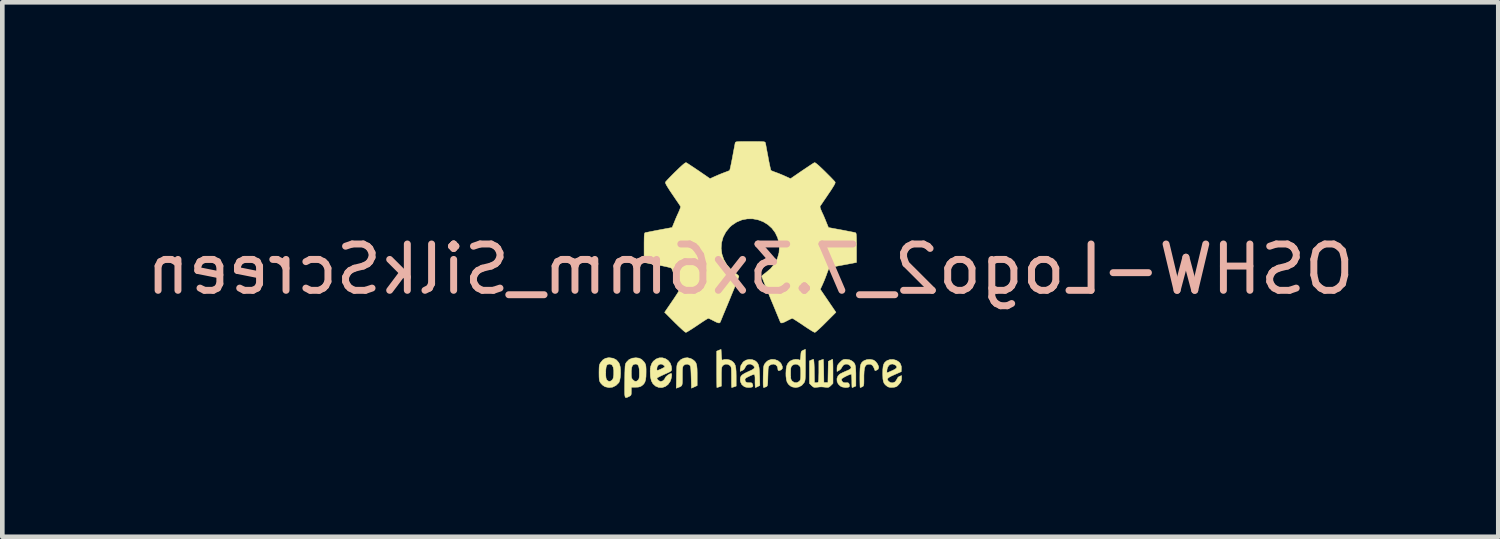
<source format=kicad_pcb>
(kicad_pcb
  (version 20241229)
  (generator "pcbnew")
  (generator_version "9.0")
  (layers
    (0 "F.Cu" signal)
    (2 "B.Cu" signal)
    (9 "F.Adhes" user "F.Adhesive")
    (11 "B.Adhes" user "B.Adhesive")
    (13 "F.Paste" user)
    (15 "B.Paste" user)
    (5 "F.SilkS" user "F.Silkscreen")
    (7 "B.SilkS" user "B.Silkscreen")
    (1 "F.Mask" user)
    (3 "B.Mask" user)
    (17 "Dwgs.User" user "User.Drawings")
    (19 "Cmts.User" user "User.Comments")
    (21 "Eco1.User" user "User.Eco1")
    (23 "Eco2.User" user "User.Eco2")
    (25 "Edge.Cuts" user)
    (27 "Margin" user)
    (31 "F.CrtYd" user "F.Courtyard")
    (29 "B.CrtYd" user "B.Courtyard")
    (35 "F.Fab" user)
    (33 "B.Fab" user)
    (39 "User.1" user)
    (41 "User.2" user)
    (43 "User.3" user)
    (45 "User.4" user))
  (footprint "OSHW-Logo2_7.3x6mm_SilkScreen"
    (layer "F.Cu")
    (at 13.149 2.763)
    (property "Reference" "OSHW-Logo2_7.3x6mm_SilkScreen" (at 0 0 180) (layer "B.SilkS") (effects (font (size 1 1) (thickness 0.15)) (justify mirror)))
    (attr exclude_from_pos_files exclude_from_bom)
    (fp_poly (pts (xy 2.653 1.959) (xy 2.67 1.966) (xy 2.711 1.999) (xy 2.747 2.047) (xy 2.769 2.097) (xy 2.772 2.122) (xy 2.76 2.157) (xy 2.734 2.175) (xy 2.706 2.187) (xy 2.693 2.189) (xy 2.687 2.174) (xy 2.674 2.141) (xy 2.669 2.127) (xy 2.639 2.076) (xy 2.595 2.05) (xy 2.538 2.051) (xy 2.534 2.052) (xy 2.504 2.067) (xy 2.481 2.094) (xy 2.466 2.139) (xy 2.457 2.205) (xy 2.453 2.294) (xy 2.453 2.341) (xy 2.453 2.416) (xy 2.452 2.467) (xy 2.448 2.499) (xy 2.442 2.518) (xy 2.432 2.529) (xy 2.417 2.537) (xy 2.416 2.538) (xy 2.387 2.55) (xy 2.372 2.555) (xy 2.37 2.541) (xy 2.368 2.503) (xy 2.367 2.446) (xy 2.366 2.374) (xy 2.366 2.322) (xy 2.367 2.22) (xy 2.37 2.143) (xy 2.377 2.086) (xy 2.389 2.045) (xy 2.407 2.014) (xy 2.432 1.99) (xy 2.457 1.973) (xy 2.517 1.951) (xy 2.587 1.946) (xy 2.653 1.959)) (stroke (width 0.01) (type solid)) (fill yes) (layer "F.SilkS"))
    (fp_poly (pts (xy -1.284 1.928) (xy -1.237 1.955) (xy -1.205 1.981) (xy -1.181 2.009) (xy -1.165 2.044) (xy -1.155 2.089) (xy -1.149 2.151) (xy -1.147 2.234) (xy -1.147 2.293) (xy -1.147 2.512) (xy -1.208 2.54) (xy -1.27 2.568) (xy -1.277 2.328) (xy -1.28 2.238) (xy -1.283 2.173) (xy -1.287 2.128) (xy -1.293 2.099) (xy -1.3 2.081) (xy -1.31 2.07) (xy -1.313 2.067) (xy -1.36 2.048) (xy -1.408 2.056) (xy -1.437 2.076) (xy -1.449 2.09) (xy -1.457 2.108) (xy -1.462 2.136) (xy -1.465 2.179) (xy -1.466 2.242) (xy -1.466 2.307) (xy -1.466 2.389) (xy -1.467 2.447) (xy -1.472 2.486) (xy -1.482 2.512) (xy -1.499 2.528) (xy -1.525 2.541) (xy -1.56 2.554) (xy -1.598 2.569) (xy -1.594 2.311) (xy -1.592 2.219) (xy -1.59 2.15) (xy -1.587 2.101) (xy -1.582 2.066) (xy -1.575 2.042) (xy -1.566 2.022) (xy -1.554 2.005) (xy -1.499 1.95) (xy -1.431 1.918) (xy -1.357 1.91) (xy -1.284 1.928)) (stroke (width 0.01) (type solid)) (fill yes) (layer "F.SilkS"))
    (fp_poly (pts (xy 0.53 1.95) (xy 0.596 1.974) (xy 0.649 2.017) (xy 0.67 2.047) (xy 0.693 2.103) (xy 0.692 2.143) (xy 0.669 2.17) (xy 0.66 2.175) (xy 0.622 2.189) (xy 0.602 2.185) (xy 0.595 2.161) (xy 0.595 2.148) (xy 0.583 2.099) (xy 0.551 2.065) (xy 0.508 2.048) (xy 0.459 2.053) (xy 0.419 2.074) (xy 0.405 2.087) (xy 0.396 2.101) (xy 0.389 2.124) (xy 0.385 2.159) (xy 0.383 2.212) (xy 0.381 2.288) (xy 0.38 2.312) (xy 0.378 2.394) (xy 0.376 2.451) (xy 0.372 2.49) (xy 0.367 2.513) (xy 0.359 2.526) (xy 0.347 2.535) (xy 0.339 2.538) (xy 0.307 2.55) (xy 0.288 2.555) (xy 0.282 2.541) (xy 0.278 2.5) (xy 0.277 2.431) (xy 0.278 2.334) (xy 0.278 2.319) (xy 0.28 2.23) (xy 0.283 2.165) (xy 0.286 2.119) (xy 0.292 2.087) (xy 0.3 2.064) (xy 0.311 2.044) (xy 0.317 2.035) (xy 0.35 1.998) (xy 0.388 1.969) (xy 0.392 1.966) (xy 0.459 1.946) (xy 0.53 1.95)) (stroke (width 0.01) (type solid)) (fill yes) (layer "F.SilkS"))
    (fp_poly (pts (xy -0.624 1.851) (xy -0.62 1.911) (xy -0.615 1.946) (xy -0.608 1.961) (xy -0.598 1.961) (xy -0.595 1.959) (xy -0.552 1.946) (xy -0.497 1.947) (xy -0.44 1.96) (xy -0.405 1.978) (xy -0.369 2.006) (xy -0.342 2.038) (xy -0.324 2.078) (xy -0.313 2.132) (xy -0.307 2.204) (xy -0.305 2.299) (xy -0.305 2.317) (xy -0.305 2.523) (xy -0.351 2.539) (xy -0.383 2.549) (xy -0.401 2.554) (xy -0.401 2.555) (xy -0.403 2.541) (xy -0.405 2.503) (xy -0.406 2.446) (xy -0.406 2.375) (xy -0.406 2.332) (xy -0.407 2.247) (xy -0.408 2.186) (xy -0.41 2.144) (xy -0.415 2.117) (xy -0.422 2.098) (xy -0.433 2.085) (xy -0.44 2.078) (xy -0.487 2.051) (xy -0.538 2.049) (xy -0.584 2.072) (xy -0.593 2.08) (xy -0.605 2.095) (xy -0.614 2.114) (xy -0.619 2.14) (xy -0.622 2.18) (xy -0.624 2.238) (xy -0.624 2.318) (xy -0.624 2.523) (xy -0.67 2.539) (xy -0.702 2.549) (xy -0.72 2.554) (xy -0.721 2.555) (xy -0.722 2.541) (xy -0.723 2.501) (xy -0.724 2.441) (xy -0.725 2.362) (xy -0.726 2.269) (xy -0.726 2.167) (xy -0.726 1.769) (xy -0.679 1.749) (xy -0.631 1.73) (xy -0.624 1.851)) (stroke (width 0.01) (type solid)) (fill yes) (layer "F.SilkS"))
    (fp_poly (pts (xy 1.78 1.959) (xy 1.782 1.997) (xy 1.784 2.055) (xy 1.785 2.128) (xy 1.785 2.205) (xy 1.785 2.465) (xy 1.739 2.511) (xy 1.708 2.539) (xy 1.68 2.551) (xy 1.642 2.55) (xy 1.627 2.548) (xy 1.58 2.543) (xy 1.541 2.54) (xy 1.531 2.54) (xy 1.499 2.541) (xy 1.453 2.546) (xy 1.436 2.548) (xy 1.392 2.552) (xy 1.363 2.544) (xy 1.334 2.521) (xy 1.323 2.511) (xy 1.277 2.465) (xy 1.277 1.979) (xy 1.314 1.962) (xy 1.346 1.949) (xy 1.365 1.945) (xy 1.369 1.959) (xy 1.374 1.997) (xy 1.378 2.056) (xy 1.381 2.132) (xy 1.382 2.195) (xy 1.386 2.446) (xy 1.421 2.451) (xy 1.452 2.447) (xy 1.468 2.436) (xy 1.472 2.415) (xy 1.476 2.371) (xy 1.478 2.309) (xy 1.48 2.235) (xy 1.48 2.197) (xy 1.48 1.977) (xy 1.526 1.961) (xy 1.559 1.95) (xy 1.576 1.945) (xy 1.577 1.945) (xy 1.578 1.959) (xy 1.58 1.997) (xy 1.582 2.054) (xy 1.584 2.127) (xy 1.585 2.195) (xy 1.589 2.446) (xy 1.676 2.446) (xy 1.68 2.217) (xy 1.684 1.989) (xy 1.727 1.967) (xy 1.758 1.952) (xy 1.777 1.945) (xy 1.777 1.945) (xy 1.78 1.959)) (stroke (width 0.01) (type solid)) (fill yes) (layer "F.SilkS"))
    (fp_poly (pts (xy -2.959 1.922) (xy -2.891 1.958) (xy -2.841 2.015) (xy -2.823 2.052) (xy -2.809 2.108) (xy -2.802 2.178) (xy -2.801 2.255) (xy -2.807 2.33) (xy -2.818 2.394) (xy -2.834 2.441) (xy -2.839 2.449) (xy -2.9 2.509) (xy -2.971 2.545) (xy -3.049 2.555) (xy -3.127 2.539) (xy -3.149 2.529) (xy -3.192 2.499) (xy -3.229 2.459) (xy -3.233 2.454) (xy -3.247 2.43) (xy -3.257 2.404) (xy -3.262 2.37) (xy -3.265 2.321) (xy -3.266 2.251) (xy -3.266 2.235) (xy -3.266 2.23) (xy -3.121 2.23) (xy -3.12 2.296) (xy -3.116 2.34) (xy -3.109 2.369) (xy -3.098 2.388) (xy -3.092 2.395) (xy -3.057 2.42) (xy -3.023 2.419) (xy -2.989 2.397) (xy -2.969 2.374) (xy -2.957 2.34) (xy -2.95 2.288) (xy -2.949 2.281) (xy -2.948 2.186) (xy -2.96 2.114) (xy -2.985 2.068) (xy -3.023 2.048) (xy -3.037 2.047) (xy -3.073 2.052) (xy -3.097 2.072) (xy -3.112 2.109) (xy -3.119 2.168) (xy -3.121 2.23) (xy -3.266 2.23) (xy -3.265 2.16) (xy -3.263 2.108) (xy -3.258 2.072) (xy -3.249 2.045) (xy -3.236 2.022) (xy -3.233 2.017) (xy -3.184 1.958) (xy -3.13 1.924) (xy -3.064 1.91) (xy -3.042 1.91) (xy -2.959 1.922)) (stroke (width 0.01) (type solid)) (fill yes) (layer "F.SilkS"))
    (fp_poly (pts (xy 3.154 1.967) (xy 3.211 2.004) (xy 3.239 2.038) (xy 3.261 2.099) (xy 3.262 2.147) (xy 3.258 2.212) (xy 3.11 2.277) (xy 3.037 2.31) (xy 2.99 2.337) (xy 2.966 2.36) (xy 2.961 2.383) (xy 2.975 2.407) (xy 2.99 2.424) (xy 3.034 2.45) (xy 3.081 2.452) (xy 3.125 2.432) (xy 3.157 2.391) (xy 3.163 2.376) (xy 3.191 2.331) (xy 3.222 2.312) (xy 3.266 2.296) (xy 3.266 2.358) (xy 3.262 2.4) (xy 3.247 2.436) (xy 3.215 2.477) (xy 3.211 2.482) (xy 3.176 2.519) (xy 3.145 2.538) (xy 3.108 2.547) (xy 3.076 2.55) (xy 3.02 2.551) (xy 2.981 2.542) (xy 2.956 2.528) (xy 2.917 2.497) (xy 2.89 2.465) (xy 2.873 2.423) (xy 2.863 2.368) (xy 2.86 2.291) (xy 2.859 2.253) (xy 2.86 2.206) (xy 2.948 2.206) (xy 2.949 2.231) (xy 2.952 2.235) (xy 2.968 2.23) (xy 3.004 2.215) (xy 3.052 2.194) (xy 3.062 2.19) (xy 3.123 2.159) (xy 3.157 2.132) (xy 3.164 2.106) (xy 3.146 2.08) (xy 3.132 2.069) (xy 3.079 2.046) (xy 3.03 2.05) (xy 2.989 2.078) (xy 2.961 2.127) (xy 2.952 2.166) (xy 2.948 2.206) (xy 2.86 2.206) (xy 2.861 2.162) (xy 2.868 2.095) (xy 2.882 2.047) (xy 2.904 2.011) (xy 2.937 1.983) (xy 2.951 1.973) (xy 3.015 1.95) (xy 3.085 1.948) (xy 3.154 1.967)) (stroke (width 0.01) (type solid)) (fill yes) (layer "F.SilkS"))
    (fp_poly (pts (xy 1.19 2.065) (xy 1.19 2.174) (xy 1.189 2.257) (xy 1.188 2.32) (xy 1.185 2.365) (xy 1.181 2.397) (xy 1.175 2.421) (xy 1.167 2.439) (xy 1.161 2.449) (xy 1.112 2.506) (xy 1.049 2.541) (xy 0.98 2.554) (xy 0.911 2.542) (xy 0.869 2.522) (xy 0.826 2.485) (xy 0.796 2.441) (xy 0.779 2.383) (xy 0.77 2.306) (xy 0.769 2.25) (xy 0.769 2.246) (xy 0.871 2.246) (xy 0.871 2.311) (xy 0.874 2.354) (xy 0.881 2.382) (xy 0.893 2.402) (xy 0.906 2.417) (xy 0.953 2.447) (xy 1.004 2.449) (xy 1.051 2.425) (xy 1.055 2.421) (xy 1.071 2.404) (xy 1.081 2.383) (xy 1.086 2.352) (xy 1.088 2.305) (xy 1.089 2.252) (xy 1.088 2.185) (xy 1.085 2.141) (xy 1.078 2.112) (xy 1.066 2.091) (xy 1.057 2.08) (xy 1.013 2.052) (xy 0.962 2.049) (xy 0.914 2.07) (xy 0.904 2.078) (xy 0.889 2.096) (xy 0.879 2.117) (xy 0.873 2.148) (xy 0.871 2.196) (xy 0.871 2.246) (xy 0.769 2.246) (xy 0.773 2.159) (xy 0.785 2.09) (xy 0.807 2.039) (xy 0.842 1.998) (xy 0.869 1.978) (xy 0.919 1.956) (xy 0.976 1.945) (xy 1.03 1.948) (xy 1.06 1.959) (xy 1.071 1.962) (xy 1.079 1.951) (xy 1.084 1.919) (xy 1.089 1.871) (xy 1.093 1.817) (xy 1.099 1.784) (xy 1.111 1.766) (xy 1.131 1.754) (xy 1.143 1.748) (xy 1.19 1.729) (xy 1.19 2.065)) (stroke (width 0.01) (type solid)) (fill yes) (layer "F.SilkS"))
    (fp_poly (pts (xy -1.832 1.931) (xy -1.774 1.97) (xy -1.73 2.025) (xy -1.704 2.096) (xy -1.698 2.148) (xy -1.699 2.17) (xy -1.704 2.187) (xy -1.718 2.201) (xy -1.745 2.218) (xy -1.79 2.239) (xy -1.857 2.269) (xy -1.858 2.27) (xy -1.92 2.298) (xy -1.97 2.323) (xy -2.005 2.342) (xy -2.017 2.353) (xy -2.017 2.353) (xy -2.006 2.376) (xy -1.98 2.402) (xy -1.949 2.42) (xy -1.934 2.424) (xy -1.891 2.411) (xy -1.855 2.379) (xy -1.837 2.345) (xy -1.82 2.319) (xy -1.787 2.29) (xy -1.748 2.264) (xy -1.713 2.25) (xy -1.706 2.25) (xy -1.698 2.262) (xy -1.697 2.294) (xy -1.703 2.337) (xy -1.715 2.383) (xy -1.73 2.423) (xy -1.731 2.424) (xy -1.777 2.489) (xy -1.837 2.533) (xy -1.906 2.555) (xy -1.976 2.552) (xy -2.044 2.524) (xy -2.047 2.522) (xy -2.101 2.473) (xy -2.136 2.41) (xy -2.155 2.327) (xy -2.158 2.304) (xy -2.162 2.194) (xy -2.157 2.143) (xy -2.017 2.143) (xy -2.016 2.175) (xy -2.006 2.184) (xy -1.981 2.177) (xy -1.942 2.161) (xy -1.899 2.14) (xy -1.898 2.139) (xy -1.861 2.12) (xy -1.846 2.107) (xy -1.85 2.093) (xy -1.865 2.076) (xy -1.904 2.05) (xy -1.946 2.048) (xy -1.984 2.067) (xy -2.01 2.103) (xy -2.017 2.143) (xy -2.157 2.143) (xy -2.153 2.106) (xy -2.128 2.036) (xy -2.095 1.987) (xy -2.033 1.938) (xy -1.966 1.913) (xy -1.897 1.912) (xy -1.832 1.931)) (stroke (width 0.01) (type solid)) (fill yes) (layer "F.SilkS"))
    (fp_poly (pts (xy 0.04 1.951) (xy 0.097 1.972) (xy 0.097 1.972) (xy 0.132 1.998) (xy 0.158 2.029) (xy 0.177 2.068) (xy 0.189 2.121) (xy 0.196 2.194) (xy 0.2 2.289) (xy 0.201 2.303) (xy 0.206 2.509) (xy 0.162 2.532) (xy 0.13 2.547) (xy 0.11 2.554) (xy 0.11 2.555) (xy 0.106 2.541) (xy 0.104 2.505) (xy 0.102 2.451) (xy 0.102 2.408) (xy 0.102 2.339) (xy 0.098 2.295) (xy 0.087 2.274) (xy 0.064 2.273) (xy 0.022 2.289) (xy -0.04 2.318) (xy -0.086 2.342) (xy -0.109 2.363) (xy -0.116 2.386) (xy -0.116 2.387) (xy -0.105 2.426) (xy -0.071 2.447) (xy -0.019 2.451) (xy 0.018 2.45) (xy 0.038 2.461) (xy 0.05 2.487) (xy 0.057 2.519) (xy 0.047 2.538) (xy 0.043 2.541) (xy 0.007 2.551) (xy -0.043 2.553) (xy -0.095 2.546) (xy -0.132 2.533) (xy -0.183 2.49) (xy -0.212 2.429) (xy -0.218 2.382) (xy -0.213 2.34) (xy -0.198 2.305) (xy -0.166 2.275) (xy -0.115 2.244) (xy -0.041 2.209) (xy -0.036 2.207) (xy 0.031 2.176) (xy 0.072 2.151) (xy 0.09 2.128) (xy 0.086 2.105) (xy 0.063 2.078) (xy 0.056 2.072) (xy 0.009 2.048) (xy -0.04 2.049) (xy -0.082 2.072) (xy -0.111 2.116) (xy -0.113 2.124) (xy -0.139 2.165) (xy -0.171 2.185) (xy -0.218 2.205) (xy -0.218 2.154) (xy -0.204 2.08) (xy -0.161 2.012) (xy -0.139 1.99) (xy -0.089 1.961) (xy -0.026 1.947) (xy 0.04 1.951)) (stroke (width 0.01) (type solid)) (fill yes) (layer "F.SilkS"))
    (fp_poly (pts (xy -2.4 1.92) (xy -2.345 1.948) (xy -2.296 1.998) (xy -2.282 2.017) (xy -2.268 2.042) (xy -2.258 2.069) (xy -2.253 2.105) (xy -2.25 2.156) (xy -2.25 2.224) (xy -2.252 2.318) (xy -2.261 2.388) (xy -2.277 2.44) (xy -2.303 2.48) (xy -2.34 2.513) (xy -2.342 2.515) (xy -2.379 2.535) (xy -2.422 2.545) (xy -2.478 2.547) (xy -2.569 2.547) (xy -2.569 2.635) (xy -2.57 2.684) (xy -2.575 2.713) (xy -2.588 2.73) (xy -2.614 2.745) (xy -2.62 2.748) (xy -2.649 2.762) (xy -2.672 2.77) (xy -2.688 2.771) (xy -2.7 2.761) (xy -2.707 2.737) (xy -2.712 2.696) (xy -2.713 2.636) (xy -2.713 2.553) (xy -2.712 2.445) (xy -2.711 2.413) (xy -2.71 2.302) (xy -2.709 2.229) (xy -2.569 2.229) (xy -2.568 2.29) (xy -2.565 2.331) (xy -2.557 2.358) (xy -2.543 2.378) (xy -2.533 2.388) (xy -2.495 2.418) (xy -2.46 2.42) (xy -2.425 2.396) (xy -2.424 2.395) (xy -2.409 2.376) (xy -2.401 2.351) (xy -2.396 2.312) (xy -2.395 2.252) (xy -2.395 2.238) (xy -2.398 2.156) (xy -2.409 2.099) (xy -2.429 2.064) (xy -2.458 2.048) (xy -2.476 2.047) (xy -2.516 2.054) (xy -2.544 2.078) (xy -2.561 2.123) (xy -2.568 2.191) (xy -2.569 2.229) (xy -2.709 2.229) (xy -2.708 2.215) (xy -2.706 2.15) (xy -2.704 2.103) (xy -2.7 2.069) (xy -2.694 2.045) (xy -2.687 2.028) (xy -2.677 2.012) (xy -2.673 2.006) (xy -2.619 1.951) (xy -2.55 1.92) (xy -2.47 1.911) (xy -2.4 1.92)) (stroke (width 0.01) (type solid)) (fill yes) (layer "F.SilkS"))
    (fp_poly (pts (xy 2.145 1.956) (xy 2.187 1.975) (xy 2.219 1.998) (xy 2.244 2.024) (xy 2.26 2.057) (xy 2.271 2.103) (xy 2.276 2.165) (xy 2.279 2.249) (xy 2.279 2.305) (xy 2.279 2.521) (xy 2.242 2.538) (xy 2.213 2.55) (xy 2.198 2.555) (xy 2.195 2.541) (xy 2.193 2.505) (xy 2.192 2.452) (xy 2.192 2.409) (xy 2.19 2.348) (xy 2.187 2.3) (xy 2.182 2.271) (xy 2.178 2.264) (xy 2.153 2.271) (xy 2.112 2.287) (xy 2.066 2.309) (xy 2.021 2.333) (xy 1.986 2.355) (xy 1.97 2.37) (xy 1.97 2.37) (xy 1.971 2.397) (xy 1.984 2.423) (xy 2.006 2.444) (xy 2.038 2.451) (xy 2.065 2.451) (xy 2.104 2.45) (xy 2.124 2.459) (xy 2.136 2.483) (xy 2.138 2.488) (xy 2.143 2.522) (xy 2.129 2.543) (xy 2.092 2.552) (xy 2.052 2.554) (xy 1.981 2.541) (xy 1.943 2.521) (xy 1.898 2.476) (xy 1.873 2.42) (xy 1.871 2.361) (xy 1.892 2.306) (xy 1.923 2.271) (xy 1.953 2.252) (xy 2.002 2.228) (xy 2.058 2.203) (xy 2.068 2.199) (xy 2.13 2.172) (xy 2.166 2.148) (xy 2.177 2.124) (xy 2.167 2.097) (xy 2.148 2.076) (xy 2.104 2.05) (xy 2.056 2.048) (xy 2.012 2.068) (xy 1.981 2.108) (xy 1.977 2.118) (xy 1.952 2.156) (xy 1.917 2.184) (xy 1.872 2.207) (xy 1.872 2.141) (xy 1.875 2.102) (xy 1.886 2.07) (xy 1.911 2.036) (xy 1.935 2.01) (xy 1.972 1.974) (xy 2.001 1.954) (xy 2.033 1.946) (xy 2.068 1.945) (xy 2.145 1.956)) (stroke (width 0.01) (type solid)) (fill yes) (layer "F.SilkS"))
    (fp_poly (pts (xy 0.104 -2.758) (xy 0.182 -2.757) (xy 0.239 -2.756) (xy 0.278 -2.754) (xy 0.303 -2.75) (xy 0.316 -2.744) (xy 0.323 -2.737) (xy 0.326 -2.726) (xy 0.327 -2.725) (xy 0.332 -2.701) (xy 0.341 -2.653) (xy 0.353 -2.587) (xy 0.368 -2.508) (xy 0.385 -2.42) (xy 0.385 -2.417) (xy 0.401 -2.331) (xy 0.417 -2.255) (xy 0.43 -2.194) (xy 0.44 -2.152) (xy 0.446 -2.133) (xy 0.447 -2.133) (xy 0.465 -2.124) (xy 0.502 -2.109) (xy 0.551 -2.091) (xy 0.552 -2.091) (xy 0.613 -2.068) (xy 0.686 -2.038) (xy 0.754 -2.008) (xy 0.757 -2.007) (xy 0.869 -1.956) (xy 1.115 -2.125) (xy 1.191 -2.176) (xy 1.26 -2.222) (xy 1.317 -2.26) (xy 1.359 -2.287) (xy 1.383 -2.301) (xy 1.385 -2.302) (xy 1.402 -2.298) (xy 1.434 -2.275) (xy 1.481 -2.235) (xy 1.546 -2.174) (xy 1.612 -2.11) (xy 1.676 -2.046) (xy 1.733 -1.989) (xy 1.78 -1.94) (xy 1.814 -1.904) (xy 1.83 -1.884) (xy 1.831 -1.883) (xy 1.833 -1.869) (xy 1.826 -1.847) (xy 1.809 -1.814) (xy 1.779 -1.765) (xy 1.737 -1.699) (xy 1.679 -1.614) (xy 1.629 -1.54) (xy 1.583 -1.473) (xy 1.546 -1.417) (xy 1.519 -1.378) (xy 1.506 -1.357) (xy 1.505 -1.356) (xy 1.507 -1.336) (xy 1.519 -1.298) (xy 1.54 -1.248) (xy 1.547 -1.232) (xy 1.58 -1.162) (xy 1.614 -1.082) (xy 1.642 -1.012) (xy 1.663 -0.961) (xy 1.679 -0.922) (xy 1.688 -0.901) (xy 1.689 -0.9) (xy 1.706 -0.897) (xy 1.746 -0.89) (xy 1.804 -0.879) (xy 1.875 -0.866) (xy 1.952 -0.852) (xy 2.032 -0.837) (xy 2.107 -0.822) (xy 2.174 -0.809) (xy 2.227 -0.799) (xy 2.26 -0.792) (xy 2.268 -0.79) (xy 2.276 -0.785) (xy 2.283 -0.774) (xy 2.287 -0.754) (xy 2.29 -0.72) (xy 2.292 -0.67) (xy 2.293 -0.599) (xy 2.293 -0.504) (xy 2.293 -0.465) (xy 2.293 -0.147) (xy 2.217 -0.132) (xy 2.175 -0.124) (xy 2.111 -0.112) (xy 2.035 -0.098) (xy 1.953 -0.083) (xy 1.93 -0.079) (xy 1.855 -0.064) (xy 1.789 -0.049) (xy 1.738 -0.037) (xy 1.709 -0.027) (xy 1.704 -0.024) (xy 1.691 -0.003) (xy 1.674 0.038) (xy 1.655 0.09) (xy 1.651 0.102) (xy 1.625 0.172) (xy 1.594 0.25) (xy 1.563 0.321) (xy 1.563 0.322) (xy 1.511 0.433) (xy 1.68 0.681) (xy 1.849 0.93) (xy 1.632 1.147) (xy 1.567 1.212) (xy 1.507 1.269) (xy 1.456 1.315) (xy 1.418 1.348) (xy 1.396 1.363) (xy 1.392 1.364) (xy 1.374 1.356) (xy 1.335 1.335) (xy 1.281 1.301) (xy 1.216 1.259) (xy 1.146 1.212) (xy 1.075 1.164) (xy 1.011 1.122) (xy 0.959 1.089) (xy 0.923 1.067) (xy 0.907 1.06) (xy 0.887 1.066) (xy 0.85 1.083) (xy 0.803 1.107) (xy 0.798 1.11) (xy 0.734 1.142) (xy 0.69 1.158) (xy 0.663 1.158) (xy 0.649 1.143) (xy 0.649 1.143) (xy 0.642 1.126) (xy 0.625 1.085) (xy 0.6 1.024) (xy 0.567 0.945) (xy 0.529 0.852) (xy 0.486 0.748) (xy 0.444 0.648) (xy 0.399 0.537) (xy 0.357 0.434) (xy 0.32 0.342) (xy 0.289 0.265) (xy 0.266 0.206) (xy 0.251 0.167) (xy 0.247 0.153) (xy 0.258 0.136) (xy 0.287 0.11) (xy 0.326 0.081) (xy 0.437 -0.011) (xy 0.523 -0.116) (xy 0.585 -0.233) (xy 0.62 -0.358) (xy 0.628 -0.49) (xy 0.622 -0.552) (xy 0.591 -0.678) (xy 0.538 -0.79) (xy 0.466 -0.886) (xy 0.378 -0.965) (xy 0.278 -1.026) (xy 0.168 -1.067) (xy 0.053 -1.089) (xy -0.065 -1.088) (xy -0.181 -1.066) (xy -0.294 -1.019) (xy -0.4 -0.948) (xy -0.444 -0.908) (xy -0.528 -0.805) (xy -0.587 -0.692) (xy -0.62 -0.573) (xy -0.629 -0.451) (xy -0.613 -0.329) (xy -0.573 -0.211) (xy -0.51 -0.1) (xy -0.423 0.002) (xy -0.326 0.081) (xy -0.286 0.111) (xy -0.257 0.137) (xy -0.247 0.153) (xy -0.252 0.17) (xy -0.267 0.21) (xy -0.291 0.272) (xy -0.323 0.35) (xy -0.36 0.443) (xy -0.403 0.546) (xy -0.444 0.648) (xy -0.49 0.759) (xy -0.533 0.862) (xy -0.571 0.953) (xy -0.603 1.03) (xy -0.627 1.09) (xy -0.643 1.129) (xy -0.649 1.143) (xy -0.663 1.158) (xy -0.69 1.158) (xy -0.734 1.142) (xy -0.797 1.11) (xy -0.798 1.11) (xy -0.845 1.085) (xy -0.884 1.067) (xy -0.906 1.06) (xy -0.907 1.06) (xy -0.923 1.067) (xy -0.96 1.089) (xy -1.012 1.122) (xy -1.075 1.164) (xy -1.146 1.212) (xy -1.218 1.26) (xy -1.283 1.302) (xy -1.336 1.335) (xy -1.374 1.357) (xy -1.392 1.364) (xy -1.409 1.354) (xy -1.443 1.327) (xy -1.49 1.284) (xy -1.547 1.231) (xy -1.612 1.168) (xy -1.633 1.147) (xy -1.85 0.93) (xy -1.684 0.687) (xy -1.634 0.613) (xy -1.59 0.546) (xy -1.555 0.491) (xy -1.53 0.451) (xy -1.519 0.43) (xy -1.519 0.429) (xy -1.525 0.409) (xy -1.54 0.37) (xy -1.562 0.317) (xy -1.578 0.282) (xy -1.607 0.215) (xy -1.635 0.147) (xy -1.656 0.09) (xy -1.662 0.073) (xy -1.679 0.026) (xy -1.695 -0.01) (xy -1.704 -0.024) (xy -1.723 -0.032) (xy -1.766 -0.044) (xy -1.826 -0.058) (xy -1.898 -0.073) (xy -1.93 -0.079) (xy -2.012 -0.094) (xy -2.091 -0.108) (xy -2.159 -0.121) (xy -2.208 -0.13) (xy -2.217 -0.132) (xy -2.293 -0.147) (xy -2.293 -0.465) (xy -2.293 -0.569) (xy -2.292 -0.648) (xy -2.291 -0.705) (xy -2.288 -0.744) (xy -2.284 -0.769) (xy -2.279 -0.782) (xy -2.271 -0.789) (xy -2.268 -0.79) (xy -2.249 -0.794) (xy -2.207 -0.802) (xy -2.148 -0.814) (xy -2.077 -0.828) (xy -1.999 -0.843) (xy -1.92 -0.858) (xy -1.845 -0.872) (xy -1.779 -0.884) (xy -1.727 -0.894) (xy -1.696 -0.899) (xy -1.689 -0.9) (xy -1.683 -0.912) (xy -1.669 -0.946) (xy -1.65 -0.994) (xy -1.642 -1.012) (xy -1.613 -1.085) (xy -1.578 -1.165) (xy -1.547 -1.232) (xy -1.525 -1.284) (xy -1.51 -1.326) (xy -1.504 -1.352) (xy -1.505 -1.356) (xy -1.516 -1.372) (xy -1.54 -1.409) (xy -1.576 -1.461) (xy -1.62 -1.526) (xy -1.67 -1.6) (xy -1.68 -1.614) (xy -1.738 -1.7) (xy -1.78 -1.766) (xy -1.809 -1.814) (xy -1.826 -1.847) (xy -1.833 -1.869) (xy -1.831 -1.883) (xy -1.831 -1.883) (xy -1.816 -1.901) (xy -1.785 -1.935) (xy -1.739 -1.983) (xy -1.683 -2.04) (xy -1.62 -2.103) (xy -1.612 -2.11) (xy -1.533 -2.187) (xy -1.471 -2.244) (xy -1.427 -2.281) (xy -1.398 -2.3) (xy -1.385 -2.302) (xy -1.367 -2.292) (xy -1.328 -2.267) (xy -1.274 -2.231) (xy -1.207 -2.187) (xy -1.133 -2.137) (xy -1.115 -2.125) (xy -0.869 -1.956) (xy -0.757 -2.007) (xy -0.69 -2.036) (xy -0.617 -2.066) (xy -0.554 -2.09) (xy -0.552 -2.091) (xy -0.503 -2.109) (xy -0.465 -2.124) (xy -0.447 -2.133) (xy -0.447 -2.133) (xy -0.441 -2.149) (xy -0.431 -2.19) (xy -0.418 -2.25) (xy -0.403 -2.325) (xy -0.386 -2.41) (xy -0.385 -2.417) (xy -0.369 -2.505) (xy -0.354 -2.585) (xy -0.341 -2.651) (xy -0.332 -2.7) (xy -0.327 -2.725) (xy -0.327 -2.725) (xy -0.323 -2.736) (xy -0.317 -2.744) (xy -0.305 -2.75) (xy -0.281 -2.753) (xy -0.244 -2.756) (xy -0.19 -2.757) (xy -0.114 -2.758) (xy -0.013 -2.758) (xy 0 -2.758) (xy 0.104 -2.758)) (stroke (width 0.01) (type solid)) (fill yes) (layer "F.SilkS")))
  (gr_rect
    (start -3 -3)
    (end 29.298 8.539)
    (stroke (width 0.1) (type default))
    (fill no)
    (layer "Edge.Cuts")))
</source>
